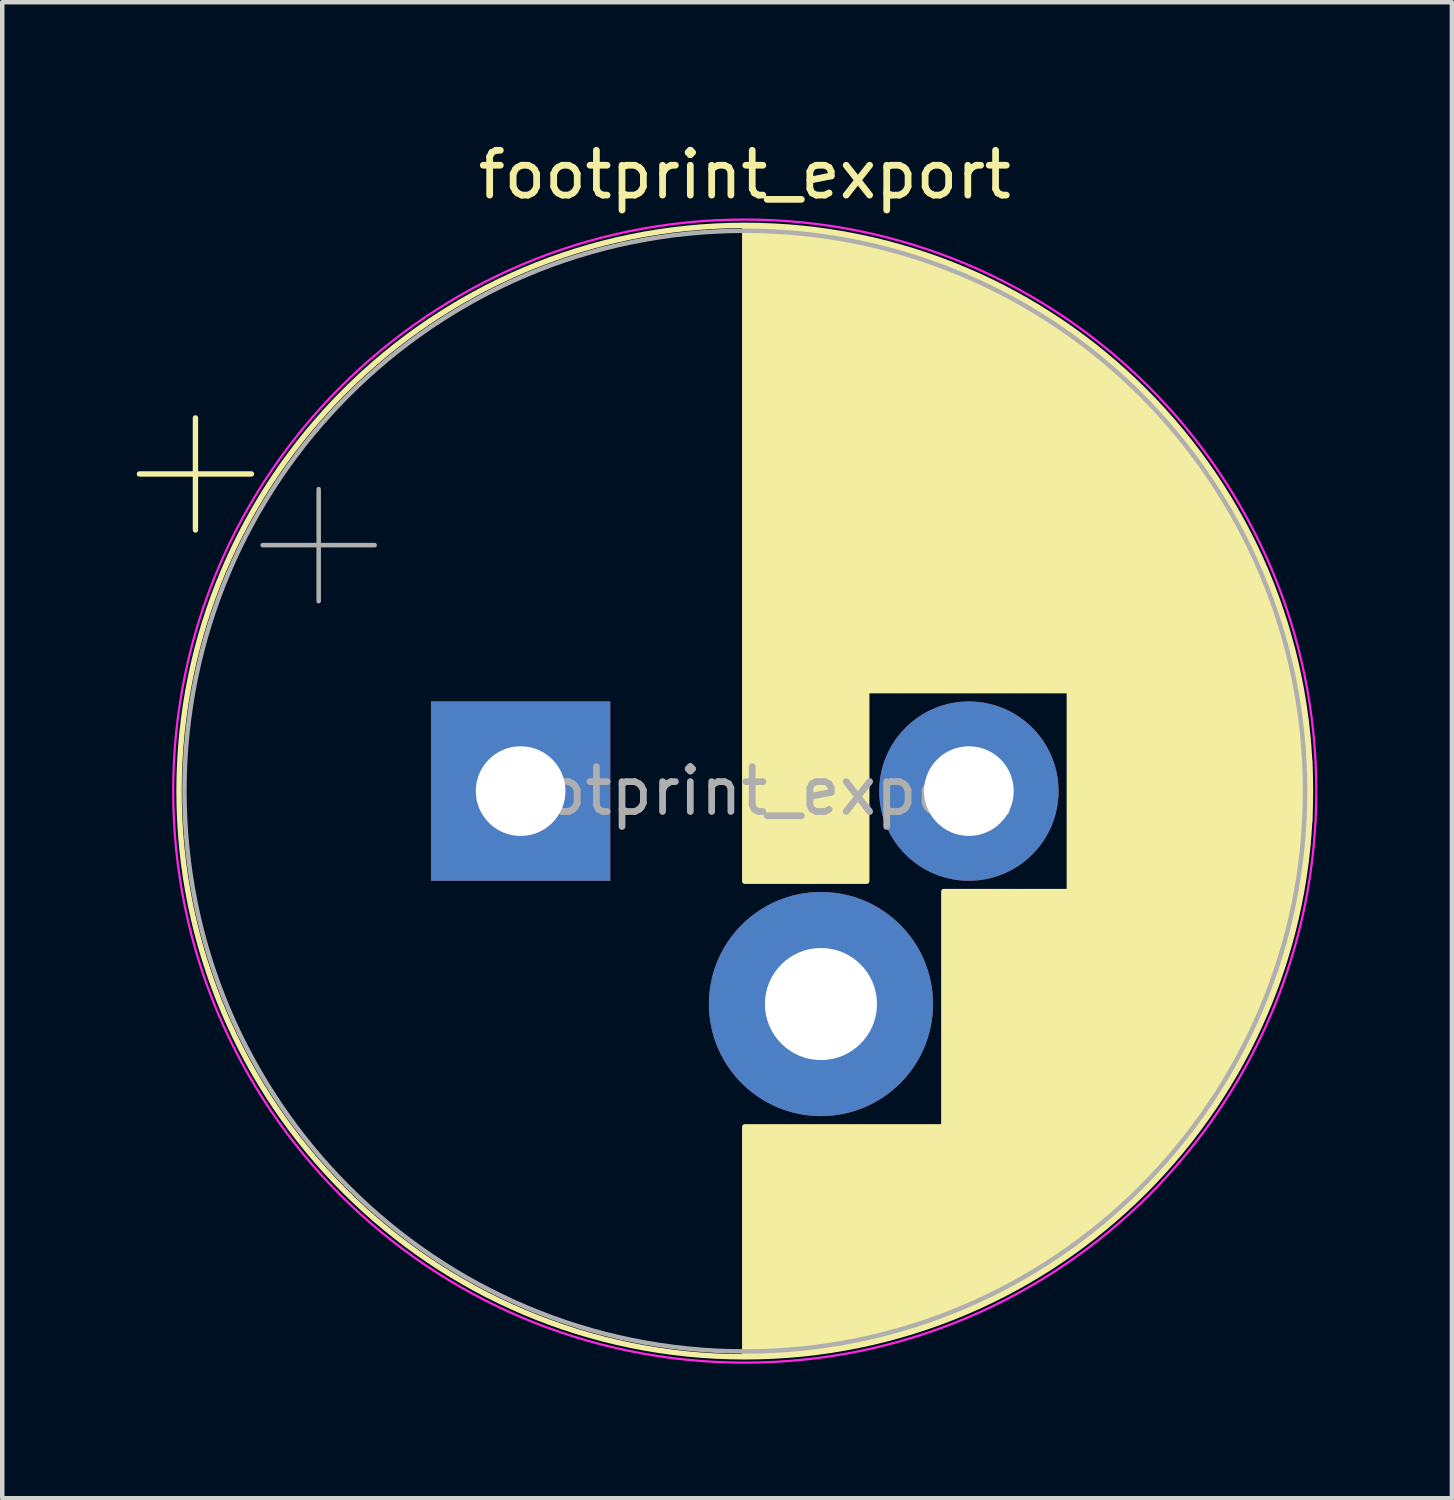
<source format=kicad_pcb>
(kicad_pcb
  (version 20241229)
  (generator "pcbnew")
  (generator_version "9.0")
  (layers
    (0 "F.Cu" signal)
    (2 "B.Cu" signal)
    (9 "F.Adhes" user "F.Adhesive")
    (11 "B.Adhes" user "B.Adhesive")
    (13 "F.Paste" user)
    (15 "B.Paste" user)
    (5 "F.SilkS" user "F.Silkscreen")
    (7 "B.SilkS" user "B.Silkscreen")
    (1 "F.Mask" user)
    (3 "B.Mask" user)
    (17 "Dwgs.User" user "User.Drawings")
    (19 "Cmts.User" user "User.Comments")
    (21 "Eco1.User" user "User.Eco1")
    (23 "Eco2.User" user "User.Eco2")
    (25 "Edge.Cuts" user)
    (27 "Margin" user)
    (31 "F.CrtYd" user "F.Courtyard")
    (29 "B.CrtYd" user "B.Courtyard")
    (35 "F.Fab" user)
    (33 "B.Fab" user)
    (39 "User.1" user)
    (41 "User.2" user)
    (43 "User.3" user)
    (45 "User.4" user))
  (footprint "footprint_export"
    (layer "F.Cu")
    (at 8.564 14.598)
    (property "Reference" "footprint_export" (at 5 -13.75 0) (layer "F.SilkS") (effects (font (size 1 1) (thickness 0.15))))
    (attr through_hole)
    (fp_line (start -8.504 -7.075) (end -6.004 -7.075) (stroke (width 0.12) (type solid)) (layer "F.SilkS"))
    (fp_line (start -7.254 -8.325) (end -7.254 -5.825) (stroke (width 0.12) (type solid)) (layer "F.SilkS"))
    (fp_line (start 5 -12.581) (end 5 2.01) (stroke (width 0.12) (type solid)) (layer "F.SilkS"))
    (fp_line (start 5 7.49) (end 5 12.581) (stroke (width 0.12) (type solid)) (layer "F.SilkS"))
    (fp_line (start 5.04 -12.58) (end 5.04 2.01) (stroke (width 0.12) (type solid)) (layer "F.SilkS"))
    (fp_line (start 5.04 7.49) (end 5.04 12.58) (stroke (width 0.12) (type solid)) (layer "F.SilkS"))
    (fp_line (start 5.08 -12.58) (end 5.08 2.01) (stroke (width 0.12) (type solid)) (layer "F.SilkS"))
    (fp_line (start 5.08 7.49) (end 5.08 12.58) (stroke (width 0.12) (type solid)) (layer "F.SilkS"))
    (fp_line (start 5.12 -12.58) (end 5.12 2.01) (stroke (width 0.12) (type solid)) (layer "F.SilkS"))
    (fp_line (start 5.12 7.49) (end 5.12 12.58) (stroke (width 0.12) (type solid)) (layer "F.SilkS"))
    (fp_line (start 5.16 -12.579) (end 5.16 2.01) (stroke (width 0.12) (type solid)) (layer "F.SilkS"))
    (fp_line (start 5.16 7.49) (end 5.16 12.579) (stroke (width 0.12) (type solid)) (layer "F.SilkS"))
    (fp_line (start 5.2 -12.579) (end 5.2 2.01) (stroke (width 0.12) (type solid)) (layer "F.SilkS"))
    (fp_line (start 5.2 7.49) (end 5.2 12.579) (stroke (width 0.12) (type solid)) (layer "F.SilkS"))
    (fp_line (start 5.24 -12.578) (end 5.24 2.01) (stroke (width 0.12) (type solid)) (layer "F.SilkS"))
    (fp_line (start 5.24 7.49) (end 5.24 12.578) (stroke (width 0.12) (type solid)) (layer "F.SilkS"))
    (fp_line (start 5.28 -12.577) (end 5.28 2.01) (stroke (width 0.12) (type solid)) (layer "F.SilkS"))
    (fp_line (start 5.28 7.49) (end 5.28 12.577) (stroke (width 0.12) (type solid)) (layer "F.SilkS"))
    (fp_line (start 5.32 -12.576) (end 5.32 2.01) (stroke (width 0.12) (type solid)) (layer "F.SilkS"))
    (fp_line (start 5.32 7.49) (end 5.32 12.576) (stroke (width 0.12) (type solid)) (layer "F.SilkS"))
    (fp_line (start 5.36 -12.575) (end 5.36 2.01) (stroke (width 0.12) (type solid)) (layer "F.SilkS"))
    (fp_line (start 5.36 7.49) (end 5.36 12.575) (stroke (width 0.12) (type solid)) (layer "F.SilkS"))
    (fp_line (start 5.4 -12.574) (end 5.4 2.01) (stroke (width 0.12) (type solid)) (layer "F.SilkS"))
    (fp_line (start 5.4 7.49) (end 5.4 12.574) (stroke (width 0.12) (type solid)) (layer "F.SilkS"))
    (fp_line (start 5.44 -12.573) (end 5.44 2.01) (stroke (width 0.12) (type solid)) (layer "F.SilkS"))
    (fp_line (start 5.44 7.49) (end 5.44 12.573) (stroke (width 0.12) (type solid)) (layer "F.SilkS"))
    (fp_line (start 5.48 -12.571) (end 5.48 2.01) (stroke (width 0.12) (type solid)) (layer "F.SilkS"))
    (fp_line (start 5.48 7.49) (end 5.48 12.571) (stroke (width 0.12) (type solid)) (layer "F.SilkS"))
    (fp_line (start 5.52 -12.57) (end 5.52 2.01) (stroke (width 0.12) (type solid)) (layer "F.SilkS"))
    (fp_line (start 5.52 7.49) (end 5.52 12.57) (stroke (width 0.12) (type solid)) (layer "F.SilkS"))
    (fp_line (start 5.56 -12.568) (end 5.56 2.01) (stroke (width 0.12) (type solid)) (layer "F.SilkS"))
    (fp_line (start 5.56 7.49) (end 5.56 12.568) (stroke (width 0.12) (type solid)) (layer "F.SilkS"))
    (fp_line (start 5.6 -12.566) (end 5.6 2.01) (stroke (width 0.12) (type solid)) (layer "F.SilkS"))
    (fp_line (start 5.6 7.49) (end 5.6 12.566) (stroke (width 0.12) (type solid)) (layer "F.SilkS"))
    (fp_line (start 5.64 -12.564) (end 5.64 2.01) (stroke (width 0.12) (type solid)) (layer "F.SilkS"))
    (fp_line (start 5.64 7.49) (end 5.64 12.564) (stroke (width 0.12) (type solid)) (layer "F.SilkS"))
    (fp_line (start 5.68 -12.562) (end 5.68 2.01) (stroke (width 0.12) (type solid)) (layer "F.SilkS"))
    (fp_line (start 5.68 7.49) (end 5.68 12.562) (stroke (width 0.12) (type solid)) (layer "F.SilkS"))
    (fp_line (start 5.721 -12.56) (end 5.721 2.01) (stroke (width 0.12) (type solid)) (layer "F.SilkS"))
    (fp_line (start 5.721 7.49) (end 5.721 12.56) (stroke (width 0.12) (type solid)) (layer "F.SilkS"))
    (fp_line (start 5.761 -12.558) (end 5.761 2.01) (stroke (width 0.12) (type solid)) (layer "F.SilkS"))
    (fp_line (start 5.761 7.49) (end 5.761 12.558) (stroke (width 0.12) (type solid)) (layer "F.SilkS"))
    (fp_line (start 5.801 -12.555) (end 5.801 2.01) (stroke (width 0.12) (type solid)) (layer "F.SilkS"))
    (fp_line (start 5.801 7.49) (end 5.801 12.555) (stroke (width 0.12) (type solid)) (layer "F.SilkS"))
    (fp_line (start 5.841 -12.553) (end 5.841 2.01) (stroke (width 0.12) (type solid)) (layer "F.SilkS"))
    (fp_line (start 5.841 7.49) (end 5.841 12.553) (stroke (width 0.12) (type solid)) (layer "F.SilkS"))
    (fp_line (start 5.881 -12.55) (end 5.881 2.01) (stroke (width 0.12) (type solid)) (layer "F.SilkS"))
    (fp_line (start 5.881 7.49) (end 5.881 12.55) (stroke (width 0.12) (type solid)) (layer "F.SilkS"))
    (fp_line (start 5.921 -12.547) (end 5.921 2.01) (stroke (width 0.12) (type solid)) (layer "F.SilkS"))
    (fp_line (start 5.921 7.49) (end 5.921 12.547) (stroke (width 0.12) (type solid)) (layer "F.SilkS"))
    (fp_line (start 5.961 -12.544) (end 5.961 2.01) (stroke (width 0.12) (type solid)) (layer "F.SilkS"))
    (fp_line (start 5.961 7.49) (end 5.961 12.544) (stroke (width 0.12) (type solid)) (layer "F.SilkS"))
    (fp_line (start 6.001 -12.541) (end 6.001 2.01) (stroke (width 0.12) (type solid)) (layer "F.SilkS"))
    (fp_line (start 6.001 7.49) (end 6.001 12.541) (stroke (width 0.12) (type solid)) (layer "F.SilkS"))
    (fp_line (start 6.041 -12.538) (end 6.041 2.01) (stroke (width 0.12) (type solid)) (layer "F.SilkS"))
    (fp_line (start 6.041 7.49) (end 6.041 12.538) (stroke (width 0.12) (type solid)) (layer "F.SilkS"))
    (fp_line (start 6.081 -12.534) (end 6.081 2.01) (stroke (width 0.12) (type solid)) (layer "F.SilkS"))
    (fp_line (start 6.081 7.49) (end 6.081 12.534) (stroke (width 0.12) (type solid)) (layer "F.SilkS"))
    (fp_line (start 6.121 -12.531) (end 6.121 2.01) (stroke (width 0.12) (type solid)) (layer "F.SilkS"))
    (fp_line (start 6.121 7.49) (end 6.121 12.531) (stroke (width 0.12) (type solid)) (layer "F.SilkS"))
    (fp_line (start 6.161 -12.527) (end 6.161 2.01) (stroke (width 0.12) (type solid)) (layer "F.SilkS"))
    (fp_line (start 6.161 7.49) (end 6.161 12.527) (stroke (width 0.12) (type solid)) (layer "F.SilkS"))
    (fp_line (start 6.201 -12.523) (end 6.201 2.01) (stroke (width 0.12) (type solid)) (layer "F.SilkS"))
    (fp_line (start 6.201 7.49) (end 6.201 12.523) (stroke (width 0.12) (type solid)) (layer "F.SilkS"))
    (fp_line (start 6.241 -12.519) (end 6.241 2.01) (stroke (width 0.12) (type solid)) (layer "F.SilkS"))
    (fp_line (start 6.241 7.49) (end 6.241 12.519) (stroke (width 0.12) (type solid)) (layer "F.SilkS"))
    (fp_line (start 6.281 -12.515) (end 6.281 2.01) (stroke (width 0.12) (type solid)) (layer "F.SilkS"))
    (fp_line (start 6.281 7.49) (end 6.281 12.515) (stroke (width 0.12) (type solid)) (layer "F.SilkS"))
    (fp_line (start 6.321 -12.511) (end 6.321 2.01) (stroke (width 0.12) (type solid)) (layer "F.SilkS"))
    (fp_line (start 6.321 7.49) (end 6.321 12.511) (stroke (width 0.12) (type solid)) (layer "F.SilkS"))
    (fp_line (start 6.361 -12.507) (end 6.361 2.01) (stroke (width 0.12) (type solid)) (layer "F.SilkS"))
    (fp_line (start 6.361 7.49) (end 6.361 12.507) (stroke (width 0.12) (type solid)) (layer "F.SilkS"))
    (fp_line (start 6.401 -12.503) (end 6.401 2.01) (stroke (width 0.12) (type solid)) (layer "F.SilkS"))
    (fp_line (start 6.401 7.49) (end 6.401 12.503) (stroke (width 0.12) (type solid)) (layer "F.SilkS"))
    (fp_line (start 6.441 -12.498) (end 6.441 2.01) (stroke (width 0.12) (type solid)) (layer "F.SilkS"))
    (fp_line (start 6.441 7.49) (end 6.441 12.498) (stroke (width 0.12) (type solid)) (layer "F.SilkS"))
    (fp_line (start 6.481 -12.493) (end 6.481 2.01) (stroke (width 0.12) (type solid)) (layer "F.SilkS"))
    (fp_line (start 6.481 7.49) (end 6.481 12.493) (stroke (width 0.12) (type solid)) (layer "F.SilkS"))
    (fp_line (start 6.521 -12.489) (end 6.521 2.01) (stroke (width 0.12) (type solid)) (layer "F.SilkS"))
    (fp_line (start 6.521 7.49) (end 6.521 12.489) (stroke (width 0.12) (type solid)) (layer "F.SilkS"))
    (fp_line (start 6.561 -12.484) (end 6.561 2.01) (stroke (width 0.12) (type solid)) (layer "F.SilkS"))
    (fp_line (start 6.561 7.49) (end 6.561 12.484) (stroke (width 0.12) (type solid)) (layer "F.SilkS"))
    (fp_line (start 6.601 -12.479) (end 6.601 2.01) (stroke (width 0.12) (type solid)) (layer "F.SilkS"))
    (fp_line (start 6.601 7.49) (end 6.601 12.479) (stroke (width 0.12) (type solid)) (layer "F.SilkS"))
    (fp_line (start 6.641 -12.473) (end 6.641 2.01) (stroke (width 0.12) (type solid)) (layer "F.SilkS"))
    (fp_line (start 6.641 7.49) (end 6.641 12.473) (stroke (width 0.12) (type solid)) (layer "F.SilkS"))
    (fp_line (start 6.681 -12.468) (end 6.681 2.01) (stroke (width 0.12) (type solid)) (layer "F.SilkS"))
    (fp_line (start 6.681 7.49) (end 6.681 12.468) (stroke (width 0.12) (type solid)) (layer "F.SilkS"))
    (fp_line (start 6.721 -12.463) (end 6.721 2.01) (stroke (width 0.12) (type solid)) (layer "F.SilkS"))
    (fp_line (start 6.721 7.49) (end 6.721 12.463) (stroke (width 0.12) (type solid)) (layer "F.SilkS"))
    (fp_line (start 6.761 -12.457) (end 6.761 2.01) (stroke (width 0.12) (type solid)) (layer "F.SilkS"))
    (fp_line (start 6.761 7.49) (end 6.761 12.457) (stroke (width 0.12) (type solid)) (layer "F.SilkS"))
    (fp_line (start 6.801 -12.451) (end 6.801 2.01) (stroke (width 0.12) (type solid)) (layer "F.SilkS"))
    (fp_line (start 6.801 7.49) (end 6.801 12.451) (stroke (width 0.12) (type solid)) (layer "F.SilkS"))
    (fp_line (start 6.841 -12.446) (end 6.841 2.01) (stroke (width 0.12) (type solid)) (layer "F.SilkS"))
    (fp_line (start 6.841 7.49) (end 6.841 12.446) (stroke (width 0.12) (type solid)) (layer "F.SilkS"))
    (fp_line (start 6.881 -12.44) (end 6.881 2.01) (stroke (width 0.12) (type solid)) (layer "F.SilkS"))
    (fp_line (start 6.881 7.49) (end 6.881 12.44) (stroke (width 0.12) (type solid)) (layer "F.SilkS"))
    (fp_line (start 6.921 -12.434) (end 6.921 2.01) (stroke (width 0.12) (type solid)) (layer "F.SilkS"))
    (fp_line (start 6.921 7.49) (end 6.921 12.434) (stroke (width 0.12) (type solid)) (layer "F.SilkS"))
    (fp_line (start 6.961 -12.427) (end 6.961 2.01) (stroke (width 0.12) (type solid)) (layer "F.SilkS"))
    (fp_line (start 6.961 7.49) (end 6.961 12.427) (stroke (width 0.12) (type solid)) (layer "F.SilkS"))
    (fp_line (start 7.001 -12.421) (end 7.001 2.01) (stroke (width 0.12) (type solid)) (layer "F.SilkS"))
    (fp_line (start 7.001 7.49) (end 7.001 12.421) (stroke (width 0.12) (type solid)) (layer "F.SilkS"))
    (fp_line (start 7.041 -12.415) (end 7.041 2.01) (stroke (width 0.12) (type solid)) (layer "F.SilkS"))
    (fp_line (start 7.041 7.49) (end 7.041 12.415) (stroke (width 0.12) (type solid)) (layer "F.SilkS"))
    (fp_line (start 7.081 -12.408) (end 7.081 2.01) (stroke (width 0.12) (type solid)) (layer "F.SilkS"))
    (fp_line (start 7.081 7.49) (end 7.081 12.408) (stroke (width 0.12) (type solid)) (layer "F.SilkS"))
    (fp_line (start 7.121 -12.401) (end 7.121 2.01) (stroke (width 0.12) (type solid)) (layer "F.SilkS"))
    (fp_line (start 7.121 7.49) (end 7.121 12.401) (stroke (width 0.12) (type solid)) (layer "F.SilkS"))
    (fp_line (start 7.161 -12.394) (end 7.161 2.01) (stroke (width 0.12) (type solid)) (layer "F.SilkS"))
    (fp_line (start 7.161 7.49) (end 7.161 12.394) (stroke (width 0.12) (type solid)) (layer "F.SilkS"))
    (fp_line (start 7.201 -12.387) (end 7.201 2.01) (stroke (width 0.12) (type solid)) (layer "F.SilkS"))
    (fp_line (start 7.201 7.49) (end 7.201 12.387) (stroke (width 0.12) (type solid)) (layer "F.SilkS"))
    (fp_line (start 7.241 -12.38) (end 7.241 2.01) (stroke (width 0.12) (type solid)) (layer "F.SilkS"))
    (fp_line (start 7.241 7.49) (end 7.241 12.38) (stroke (width 0.12) (type solid)) (layer "F.SilkS"))
    (fp_line (start 7.281 -12.373) (end 7.281 2.01) (stroke (width 0.12) (type solid)) (layer "F.SilkS"))
    (fp_line (start 7.281 7.49) (end 7.281 12.373) (stroke (width 0.12) (type solid)) (layer "F.SilkS"))
    (fp_line (start 7.321 -12.365) (end 7.321 2.01) (stroke (width 0.12) (type solid)) (layer "F.SilkS"))
    (fp_line (start 7.321 7.49) (end 7.321 12.365) (stroke (width 0.12) (type solid)) (layer "F.SilkS"))
    (fp_line (start 7.361 -12.358) (end 7.361 2.01) (stroke (width 0.12) (type solid)) (layer "F.SilkS"))
    (fp_line (start 7.361 7.49) (end 7.361 12.358) (stroke (width 0.12) (type solid)) (layer "F.SilkS"))
    (fp_line (start 7.401 -12.35) (end 7.401 2.01) (stroke (width 0.12) (type solid)) (layer "F.SilkS"))
    (fp_line (start 7.401 7.49) (end 7.401 12.35) (stroke (width 0.12) (type solid)) (layer "F.SilkS"))
    (fp_line (start 7.441 -12.342) (end 7.441 2.01) (stroke (width 0.12) (type solid)) (layer "F.SilkS"))
    (fp_line (start 7.441 7.49) (end 7.441 12.342) (stroke (width 0.12) (type solid)) (layer "F.SilkS"))
    (fp_line (start 7.481 -12.334) (end 7.481 2.01) (stroke (width 0.12) (type solid)) (layer "F.SilkS"))
    (fp_line (start 7.481 7.49) (end 7.481 12.334) (stroke (width 0.12) (type solid)) (layer "F.SilkS"))
    (fp_line (start 7.521 -12.326) (end 7.521 2.01) (stroke (width 0.12) (type solid)) (layer "F.SilkS"))
    (fp_line (start 7.521 7.49) (end 7.521 12.326) (stroke (width 0.12) (type solid)) (layer "F.SilkS"))
    (fp_line (start 7.561 -12.318) (end 7.561 2.01) (stroke (width 0.12) (type solid)) (layer "F.SilkS"))
    (fp_line (start 7.561 7.49) (end 7.561 12.318) (stroke (width 0.12) (type solid)) (layer "F.SilkS"))
    (fp_line (start 7.601 -12.31) (end 7.601 2.01) (stroke (width 0.12) (type solid)) (layer "F.SilkS"))
    (fp_line (start 7.601 7.49) (end 7.601 12.31) (stroke (width 0.12) (type solid)) (layer "F.SilkS"))
    (fp_line (start 7.641 -12.301) (end 7.641 2.01) (stroke (width 0.12) (type solid)) (layer "F.SilkS"))
    (fp_line (start 7.641 7.49) (end 7.641 12.301) (stroke (width 0.12) (type solid)) (layer "F.SilkS"))
    (fp_line (start 7.681 -12.293) (end 7.681 2.01) (stroke (width 0.12) (type solid)) (layer "F.SilkS"))
    (fp_line (start 7.681 7.49) (end 7.681 12.293) (stroke (width 0.12) (type solid)) (layer "F.SilkS"))
    (fp_line (start 7.721 -12.284) (end 7.721 2.01) (stroke (width 0.12) (type solid)) (layer "F.SilkS"))
    (fp_line (start 7.721 7.49) (end 7.721 12.284) (stroke (width 0.12) (type solid)) (layer "F.SilkS"))
    (fp_line (start 7.761 -12.275) (end 7.761 -2.24) (stroke (width 0.12) (type solid)) (layer "F.SilkS"))
    (fp_line (start 7.761 7.49) (end 7.761 12.275) (stroke (width 0.12) (type solid)) (layer "F.SilkS"))
    (fp_line (start 7.801 -12.266) (end 7.801 -2.24) (stroke (width 0.12) (type solid)) (layer "F.SilkS"))
    (fp_line (start 7.801 7.49) (end 7.801 12.266) (stroke (width 0.12) (type solid)) (layer "F.SilkS"))
    (fp_line (start 7.841 -12.257) (end 7.841 -2.24) (stroke (width 0.12) (type solid)) (layer "F.SilkS"))
    (fp_line (start 7.841 7.49) (end 7.841 12.257) (stroke (width 0.12) (type solid)) (layer "F.SilkS"))
    (fp_line (start 7.881 -12.247) (end 7.881 -2.24) (stroke (width 0.12) (type solid)) (layer "F.SilkS"))
    (fp_line (start 7.881 7.49) (end 7.881 12.247) (stroke (width 0.12) (type solid)) (layer "F.SilkS"))
    (fp_line (start 7.921 -12.238) (end 7.921 -2.24) (stroke (width 0.12) (type solid)) (layer "F.SilkS"))
    (fp_line (start 7.921 7.49) (end 7.921 12.238) (stroke (width 0.12) (type solid)) (layer "F.SilkS"))
    (fp_line (start 7.961 -12.228) (end 7.961 -2.24) (stroke (width 0.12) (type solid)) (layer "F.SilkS"))
    (fp_line (start 7.961 7.49) (end 7.961 12.228) (stroke (width 0.12) (type solid)) (layer "F.SilkS"))
    (fp_line (start 8.001 -12.219) (end 8.001 -2.24) (stroke (width 0.12) (type solid)) (layer "F.SilkS"))
    (fp_line (start 8.001 7.49) (end 8.001 12.219) (stroke (width 0.12) (type solid)) (layer "F.SilkS"))
    (fp_line (start 8.041 -12.209) (end 8.041 -2.24) (stroke (width 0.12) (type solid)) (layer "F.SilkS"))
    (fp_line (start 8.041 7.49) (end 8.041 12.209) (stroke (width 0.12) (type solid)) (layer "F.SilkS"))
    (fp_line (start 8.081 -12.199) (end 8.081 -2.24) (stroke (width 0.12) (type solid)) (layer "F.SilkS"))
    (fp_line (start 8.081 7.49) (end 8.081 12.199) (stroke (width 0.12) (type solid)) (layer "F.SilkS"))
    (fp_line (start 8.121 -12.189) (end 8.121 -2.24) (stroke (width 0.12) (type solid)) (layer "F.SilkS"))
    (fp_line (start 8.121 7.49) (end 8.121 12.189) (stroke (width 0.12) (type solid)) (layer "F.SilkS"))
    (fp_line (start 8.161 -12.178) (end 8.161 -2.24) (stroke (width 0.12) (type solid)) (layer "F.SilkS"))
    (fp_line (start 8.161 7.49) (end 8.161 12.178) (stroke (width 0.12) (type solid)) (layer "F.SilkS"))
    (fp_line (start 8.201 -12.168) (end 8.201 -2.24) (stroke (width 0.12) (type solid)) (layer "F.SilkS"))
    (fp_line (start 8.201 7.49) (end 8.201 12.168) (stroke (width 0.12) (type solid)) (layer "F.SilkS"))
    (fp_line (start 8.241 -12.157) (end 8.241 -2.24) (stroke (width 0.12) (type solid)) (layer "F.SilkS"))
    (fp_line (start 8.241 7.49) (end 8.241 12.157) (stroke (width 0.12) (type solid)) (layer "F.SilkS"))
    (fp_line (start 8.281 -12.147) (end 8.281 -2.24) (stroke (width 0.12) (type solid)) (layer "F.SilkS"))
    (fp_line (start 8.281 7.49) (end 8.281 12.147) (stroke (width 0.12) (type solid)) (layer "F.SilkS"))
    (fp_line (start 8.321 -12.136) (end 8.321 -2.24) (stroke (width 0.12) (type solid)) (layer "F.SilkS"))
    (fp_line (start 8.321 7.49) (end 8.321 12.136) (stroke (width 0.12) (type solid)) (layer "F.SilkS"))
    (fp_line (start 8.361 -12.125) (end 8.361 -2.24) (stroke (width 0.12) (type solid)) (layer "F.SilkS"))
    (fp_line (start 8.361 7.49) (end 8.361 12.125) (stroke (width 0.12) (type solid)) (layer "F.SilkS"))
    (fp_line (start 8.401 -12.114) (end 8.401 -2.24) (stroke (width 0.12) (type solid)) (layer "F.SilkS"))
    (fp_line (start 8.401 7.49) (end 8.401 12.114) (stroke (width 0.12) (type solid)) (layer "F.SilkS"))
    (fp_line (start 8.441 -12.103) (end 8.441 -2.24) (stroke (width 0.12) (type solid)) (layer "F.SilkS"))
    (fp_line (start 8.441 7.49) (end 8.441 12.103) (stroke (width 0.12) (type solid)) (layer "F.SilkS"))
    (fp_line (start 8.481 -12.091) (end 8.481 -2.24) (stroke (width 0.12) (type solid)) (layer "F.SilkS"))
    (fp_line (start 8.481 7.49) (end 8.481 12.091) (stroke (width 0.12) (type solid)) (layer "F.SilkS"))
    (fp_line (start 8.521 -12.08) (end 8.521 -2.24) (stroke (width 0.12) (type solid)) (layer "F.SilkS"))
    (fp_line (start 8.521 7.49) (end 8.521 12.08) (stroke (width 0.12) (type solid)) (layer "F.SilkS"))
    (fp_line (start 8.561 -12.068) (end 8.561 -2.24) (stroke (width 0.12) (type solid)) (layer "F.SilkS"))
    (fp_line (start 8.561 7.49) (end 8.561 12.068) (stroke (width 0.12) (type solid)) (layer "F.SilkS"))
    (fp_line (start 8.601 -12.056) (end 8.601 -2.24) (stroke (width 0.12) (type solid)) (layer "F.SilkS"))
    (fp_line (start 8.601 7.49) (end 8.601 12.056) (stroke (width 0.12) (type solid)) (layer "F.SilkS"))
    (fp_line (start 8.641 -12.044) (end 8.641 -2.24) (stroke (width 0.12) (type solid)) (layer "F.SilkS"))
    (fp_line (start 8.641 7.49) (end 8.641 12.044) (stroke (width 0.12) (type solid)) (layer "F.SilkS"))
    (fp_line (start 8.681 -12.032) (end 8.681 -2.24) (stroke (width 0.12) (type solid)) (layer "F.SilkS"))
    (fp_line (start 8.681 7.49) (end 8.681 12.032) (stroke (width 0.12) (type solid)) (layer "F.SilkS"))
    (fp_line (start 8.721 -12.02) (end 8.721 -2.24) (stroke (width 0.12) (type solid)) (layer "F.SilkS"))
    (fp_line (start 8.721 7.49) (end 8.721 12.02) (stroke (width 0.12) (type solid)) (layer "F.SilkS"))
    (fp_line (start 8.761 -12.007) (end 8.761 -2.24) (stroke (width 0.12) (type solid)) (layer "F.SilkS"))
    (fp_line (start 8.761 7.49) (end 8.761 12.007) (stroke (width 0.12) (type solid)) (layer "F.SilkS"))
    (fp_line (start 8.801 -11.995) (end 8.801 -2.24) (stroke (width 0.12) (type solid)) (layer "F.SilkS"))
    (fp_line (start 8.801 7.49) (end 8.801 11.995) (stroke (width 0.12) (type solid)) (layer "F.SilkS"))
    (fp_line (start 8.841 -11.982) (end 8.841 -2.24) (stroke (width 0.12) (type solid)) (layer "F.SilkS"))
    (fp_line (start 8.841 7.49) (end 8.841 11.982) (stroke (width 0.12) (type solid)) (layer "F.SilkS"))
    (fp_line (start 8.881 -11.969) (end 8.881 -2.24) (stroke (width 0.12) (type solid)) (layer "F.SilkS"))
    (fp_line (start 8.881 7.49) (end 8.881 11.969) (stroke (width 0.12) (type solid)) (layer "F.SilkS"))
    (fp_line (start 8.921 -11.956) (end 8.921 -2.24) (stroke (width 0.12) (type solid)) (layer "F.SilkS"))
    (fp_line (start 8.921 7.49) (end 8.921 11.956) (stroke (width 0.12) (type solid)) (layer "F.SilkS"))
    (fp_line (start 8.961 -11.943) (end 8.961 -2.24) (stroke (width 0.12) (type solid)) (layer "F.SilkS"))
    (fp_line (start 8.961 7.49) (end 8.961 11.943) (stroke (width 0.12) (type solid)) (layer "F.SilkS"))
    (fp_line (start 9.001 -11.93) (end 9.001 -2.24) (stroke (width 0.12) (type solid)) (layer "F.SilkS"))
    (fp_line (start 9.001 7.49) (end 9.001 11.93) (stroke (width 0.12) (type solid)) (layer "F.SilkS"))
    (fp_line (start 9.041 -11.916) (end 9.041 -2.24) (stroke (width 0.12) (type solid)) (layer "F.SilkS"))
    (fp_line (start 9.041 7.49) (end 9.041 11.916) (stroke (width 0.12) (type solid)) (layer "F.SilkS"))
    (fp_line (start 9.081 -11.903) (end 9.081 -2.24) (stroke (width 0.12) (type solid)) (layer "F.SilkS"))
    (fp_line (start 9.081 7.49) (end 9.081 11.903) (stroke (width 0.12) (type solid)) (layer "F.SilkS"))
    (fp_line (start 9.121 -11.889) (end 9.121 -2.24) (stroke (width 0.12) (type solid)) (layer "F.SilkS"))
    (fp_line (start 9.121 7.49) (end 9.121 11.889) (stroke (width 0.12) (type solid)) (layer "F.SilkS"))
    (fp_line (start 9.161 -11.875) (end 9.161 -2.24) (stroke (width 0.12) (type solid)) (layer "F.SilkS"))
    (fp_line (start 9.161 7.49) (end 9.161 11.875) (stroke (width 0.12) (type solid)) (layer "F.SilkS"))
    (fp_line (start 9.201 -11.861) (end 9.201 -2.24) (stroke (width 0.12) (type solid)) (layer "F.SilkS"))
    (fp_line (start 9.201 7.49) (end 9.201 11.861) (stroke (width 0.12) (type solid)) (layer "F.SilkS"))
    (fp_line (start 9.241 -11.847) (end 9.241 -2.24) (stroke (width 0.12) (type solid)) (layer "F.SilkS"))
    (fp_line (start 9.241 7.49) (end 9.241 11.847) (stroke (width 0.12) (type solid)) (layer "F.SilkS"))
    (fp_line (start 9.281 -11.833) (end 9.281 -2.24) (stroke (width 0.12) (type solid)) (layer "F.SilkS"))
    (fp_line (start 9.281 7.49) (end 9.281 11.833) (stroke (width 0.12) (type solid)) (layer "F.SilkS"))
    (fp_line (start 9.321 -11.818) (end 9.321 -2.24) (stroke (width 0.12) (type solid)) (layer "F.SilkS"))
    (fp_line (start 9.321 7.49) (end 9.321 11.818) (stroke (width 0.12) (type solid)) (layer "F.SilkS"))
    (fp_line (start 9.361 -11.803) (end 9.361 -2.24) (stroke (width 0.12) (type solid)) (layer "F.SilkS"))
    (fp_line (start 9.361 7.49) (end 9.361 11.803) (stroke (width 0.12) (type solid)) (layer "F.SilkS"))
    (fp_line (start 9.401 -11.789) (end 9.401 -2.24) (stroke (width 0.12) (type solid)) (layer "F.SilkS"))
    (fp_line (start 9.401 7.49) (end 9.401 11.789) (stroke (width 0.12) (type solid)) (layer "F.SilkS"))
    (fp_line (start 9.441 -11.774) (end 9.441 -2.24) (stroke (width 0.12) (type solid)) (layer "F.SilkS"))
    (fp_line (start 9.441 2.24) (end 9.441 11.774) (stroke (width 0.12) (type solid)) (layer "F.SilkS"))
    (fp_line (start 9.481 -11.759) (end 9.481 -2.24) (stroke (width 0.12) (type solid)) (layer "F.SilkS"))
    (fp_line (start 9.481 2.24) (end 9.481 11.759) (stroke (width 0.12) (type solid)) (layer "F.SilkS"))
    (fp_line (start 9.521 -11.743) (end 9.521 -2.24) (stroke (width 0.12) (type solid)) (layer "F.SilkS"))
    (fp_line (start 9.521 2.24) (end 9.521 11.743) (stroke (width 0.12) (type solid)) (layer "F.SilkS"))
    (fp_line (start 9.561 -11.728) (end 9.561 -2.24) (stroke (width 0.12) (type solid)) (layer "F.SilkS"))
    (fp_line (start 9.561 2.24) (end 9.561 11.728) (stroke (width 0.12) (type solid)) (layer "F.SilkS"))
    (fp_line (start 9.601 -11.712) (end 9.601 -2.24) (stroke (width 0.12) (type solid)) (layer "F.SilkS"))
    (fp_line (start 9.601 2.24) (end 9.601 11.712) (stroke (width 0.12) (type solid)) (layer "F.SilkS"))
    (fp_line (start 9.641 -11.697) (end 9.641 -2.24) (stroke (width 0.12) (type solid)) (layer "F.SilkS"))
    (fp_line (start 9.641 2.24) (end 9.641 11.697) (stroke (width 0.12) (type solid)) (layer "F.SilkS"))
    (fp_line (start 9.681 -11.681) (end 9.681 -2.24) (stroke (width 0.12) (type solid)) (layer "F.SilkS"))
    (fp_line (start 9.681 2.24) (end 9.681 11.681) (stroke (width 0.12) (type solid)) (layer "F.SilkS"))
    (fp_line (start 9.721 -11.665) (end 9.721 -2.24) (stroke (width 0.12) (type solid)) (layer "F.SilkS"))
    (fp_line (start 9.721 2.24) (end 9.721 11.665) (stroke (width 0.12) (type solid)) (layer "F.SilkS"))
    (fp_line (start 9.761 -11.648) (end 9.761 -2.24) (stroke (width 0.12) (type solid)) (layer "F.SilkS"))
    (fp_line (start 9.761 2.24) (end 9.761 11.648) (stroke (width 0.12) (type solid)) (layer "F.SilkS"))
    (fp_line (start 9.801 -11.632) (end 9.801 -2.24) (stroke (width 0.12) (type solid)) (layer "F.SilkS"))
    (fp_line (start 9.801 2.24) (end 9.801 11.632) (stroke (width 0.12) (type solid)) (layer "F.SilkS"))
    (fp_line (start 9.841 -11.615) (end 9.841 -2.24) (stroke (width 0.12) (type solid)) (layer "F.SilkS"))
    (fp_line (start 9.841 2.24) (end 9.841 11.615) (stroke (width 0.12) (type solid)) (layer "F.SilkS"))
    (fp_line (start 9.881 -11.599) (end 9.881 -2.24) (stroke (width 0.12) (type solid)) (layer "F.SilkS"))
    (fp_line (start 9.881 2.24) (end 9.881 11.599) (stroke (width 0.12) (type solid)) (layer "F.SilkS"))
    (fp_line (start 9.921 -11.582) (end 9.921 -2.24) (stroke (width 0.12) (type solid)) (layer "F.SilkS"))
    (fp_line (start 9.921 2.24) (end 9.921 11.582) (stroke (width 0.12) (type solid)) (layer "F.SilkS"))
    (fp_line (start 9.961 -11.565) (end 9.961 -2.24) (stroke (width 0.12) (type solid)) (layer "F.SilkS"))
    (fp_line (start 9.961 2.24) (end 9.961 11.565) (stroke (width 0.12) (type solid)) (layer "F.SilkS"))
    (fp_line (start 10.001 -11.548) (end 10.001 -2.24) (stroke (width 0.12) (type solid)) (layer "F.SilkS"))
    (fp_line (start 10.001 2.24) (end 10.001 11.548) (stroke (width 0.12) (type solid)) (layer "F.SilkS"))
    (fp_line (start 10.041 -11.53) (end 10.041 -2.24) (stroke (width 0.12) (type solid)) (layer "F.SilkS"))
    (fp_line (start 10.041 2.24) (end 10.041 11.53) (stroke (width 0.12) (type solid)) (layer "F.SilkS"))
    (fp_line (start 10.081 -11.513) (end 10.081 -2.24) (stroke (width 0.12) (type solid)) (layer "F.SilkS"))
    (fp_line (start 10.081 2.24) (end 10.081 11.513) (stroke (width 0.12) (type solid)) (layer "F.SilkS"))
    (fp_line (start 10.121 -11.495) (end 10.121 -2.24) (stroke (width 0.12) (type solid)) (layer "F.SilkS"))
    (fp_line (start 10.121 2.24) (end 10.121 11.495) (stroke (width 0.12) (type solid)) (layer "F.SilkS"))
    (fp_line (start 10.161 -11.477) (end 10.161 -2.24) (stroke (width 0.12) (type solid)) (layer "F.SilkS"))
    (fp_line (start 10.161 2.24) (end 10.161 11.477) (stroke (width 0.12) (type solid)) (layer "F.SilkS"))
    (fp_line (start 10.201 -11.459) (end 10.201 -2.24) (stroke (width 0.12) (type solid)) (layer "F.SilkS"))
    (fp_line (start 10.201 2.24) (end 10.201 11.459) (stroke (width 0.12) (type solid)) (layer "F.SilkS"))
    (fp_line (start 10.241 -11.441) (end 10.241 -2.24) (stroke (width 0.12) (type solid)) (layer "F.SilkS"))
    (fp_line (start 10.241 2.24) (end 10.241 11.441) (stroke (width 0.12) (type solid)) (layer "F.SilkS"))
    (fp_line (start 10.281 -11.423) (end 10.281 -2.24) (stroke (width 0.12) (type solid)) (layer "F.SilkS"))
    (fp_line (start 10.281 2.24) (end 10.281 11.423) (stroke (width 0.12) (type solid)) (layer "F.SilkS"))
    (fp_line (start 10.321 -11.404) (end 10.321 -2.24) (stroke (width 0.12) (type solid)) (layer "F.SilkS"))
    (fp_line (start 10.321 2.24) (end 10.321 11.404) (stroke (width 0.12) (type solid)) (layer "F.SilkS"))
    (fp_line (start 10.361 -11.386) (end 10.361 -2.24) (stroke (width 0.12) (type solid)) (layer "F.SilkS"))
    (fp_line (start 10.361 2.24) (end 10.361 11.386) (stroke (width 0.12) (type solid)) (layer "F.SilkS"))
    (fp_line (start 10.401 -11.367) (end 10.401 -2.24) (stroke (width 0.12) (type solid)) (layer "F.SilkS"))
    (fp_line (start 10.401 2.24) (end 10.401 11.367) (stroke (width 0.12) (type solid)) (layer "F.SilkS"))
    (fp_line (start 10.441 -11.348) (end 10.441 -2.24) (stroke (width 0.12) (type solid)) (layer "F.SilkS"))
    (fp_line (start 10.441 2.24) (end 10.441 11.348) (stroke (width 0.12) (type solid)) (layer "F.SilkS"))
    (fp_line (start 10.481 -11.329) (end 10.481 -2.24) (stroke (width 0.12) (type solid)) (layer "F.SilkS"))
    (fp_line (start 10.481 2.24) (end 10.481 11.329) (stroke (width 0.12) (type solid)) (layer "F.SilkS"))
    (fp_line (start 10.521 -11.309) (end 10.521 -2.24) (stroke (width 0.12) (type solid)) (layer "F.SilkS"))
    (fp_line (start 10.521 2.24) (end 10.521 11.309) (stroke (width 0.12) (type solid)) (layer "F.SilkS"))
    (fp_line (start 10.561 -11.29) (end 10.561 -2.24) (stroke (width 0.12) (type solid)) (layer "F.SilkS"))
    (fp_line (start 10.561 2.24) (end 10.561 11.29) (stroke (width 0.12) (type solid)) (layer "F.SilkS"))
    (fp_line (start 10.601 -11.27) (end 10.601 -2.24) (stroke (width 0.12) (type solid)) (layer "F.SilkS"))
    (fp_line (start 10.601 2.24) (end 10.601 11.27) (stroke (width 0.12) (type solid)) (layer "F.SilkS"))
    (fp_line (start 10.641 -11.25) (end 10.641 -2.24) (stroke (width 0.12) (type solid)) (layer "F.SilkS"))
    (fp_line (start 10.641 2.24) (end 10.641 11.25) (stroke (width 0.12) (type solid)) (layer "F.SilkS"))
    (fp_line (start 10.681 -11.23) (end 10.681 -2.24) (stroke (width 0.12) (type solid)) (layer "F.SilkS"))
    (fp_line (start 10.681 2.24) (end 10.681 11.23) (stroke (width 0.12) (type solid)) (layer "F.SilkS"))
    (fp_line (start 10.721 -11.21) (end 10.721 -2.24) (stroke (width 0.12) (type solid)) (layer "F.SilkS"))
    (fp_line (start 10.721 2.24) (end 10.721 11.21) (stroke (width 0.12) (type solid)) (layer "F.SilkS"))
    (fp_line (start 10.761 -11.189) (end 10.761 -2.24) (stroke (width 0.12) (type solid)) (layer "F.SilkS"))
    (fp_line (start 10.761 2.24) (end 10.761 11.189) (stroke (width 0.12) (type solid)) (layer "F.SilkS"))
    (fp_line (start 10.801 -11.169) (end 10.801 -2.24) (stroke (width 0.12) (type solid)) (layer "F.SilkS"))
    (fp_line (start 10.801 2.24) (end 10.801 11.169) (stroke (width 0.12) (type solid)) (layer "F.SilkS"))
    (fp_line (start 10.841 -11.148) (end 10.841 -2.24) (stroke (width 0.12) (type solid)) (layer "F.SilkS"))
    (fp_line (start 10.841 2.24) (end 10.841 11.148) (stroke (width 0.12) (type solid)) (layer "F.SilkS"))
    (fp_line (start 10.881 -11.127) (end 10.881 -2.24) (stroke (width 0.12) (type solid)) (layer "F.SilkS"))
    (fp_line (start 10.881 2.24) (end 10.881 11.127) (stroke (width 0.12) (type solid)) (layer "F.SilkS"))
    (fp_line (start 10.921 -11.106) (end 10.921 -2.24) (stroke (width 0.12) (type solid)) (layer "F.SilkS"))
    (fp_line (start 10.921 2.24) (end 10.921 11.106) (stroke (width 0.12) (type solid)) (layer "F.SilkS"))
    (fp_line (start 10.961 -11.084) (end 10.961 -2.24) (stroke (width 0.12) (type solid)) (layer "F.SilkS"))
    (fp_line (start 10.961 2.24) (end 10.961 11.084) (stroke (width 0.12) (type solid)) (layer "F.SilkS"))
    (fp_line (start 11.001 -11.063) (end 11.001 -2.24) (stroke (width 0.12) (type solid)) (layer "F.SilkS"))
    (fp_line (start 11.001 2.24) (end 11.001 11.063) (stroke (width 0.12) (type solid)) (layer "F.SilkS"))
    (fp_line (start 11.041 -11.041) (end 11.041 -2.24) (stroke (width 0.12) (type solid)) (layer "F.SilkS"))
    (fp_line (start 11.041 2.24) (end 11.041 11.041) (stroke (width 0.12) (type solid)) (layer "F.SilkS"))
    (fp_line (start 11.081 -11.019) (end 11.081 -2.24) (stroke (width 0.12) (type solid)) (layer "F.SilkS"))
    (fp_line (start 11.081 2.24) (end 11.081 11.019) (stroke (width 0.12) (type solid)) (layer "F.SilkS"))
    (fp_line (start 11.121 -10.997) (end 11.121 -2.24) (stroke (width 0.12) (type solid)) (layer "F.SilkS"))
    (fp_line (start 11.121 2.24) (end 11.121 10.997) (stroke (width 0.12) (type solid)) (layer "F.SilkS"))
    (fp_line (start 11.161 -10.975) (end 11.161 -2.24) (stroke (width 0.12) (type solid)) (layer "F.SilkS"))
    (fp_line (start 11.161 2.24) (end 11.161 10.975) (stroke (width 0.12) (type solid)) (layer "F.SilkS"))
    (fp_line (start 11.201 -10.953) (end 11.201 -2.24) (stroke (width 0.12) (type solid)) (layer "F.SilkS"))
    (fp_line (start 11.201 2.24) (end 11.201 10.953) (stroke (width 0.12) (type solid)) (layer "F.SilkS"))
    (fp_line (start 11.241 -10.93) (end 11.241 -2.24) (stroke (width 0.12) (type solid)) (layer "F.SilkS"))
    (fp_line (start 11.241 2.24) (end 11.241 10.93) (stroke (width 0.12) (type solid)) (layer "F.SilkS"))
    (fp_line (start 11.281 -10.907) (end 11.281 -2.24) (stroke (width 0.12) (type solid)) (layer "F.SilkS"))
    (fp_line (start 11.281 2.24) (end 11.281 10.907) (stroke (width 0.12) (type solid)) (layer "F.SilkS"))
    (fp_line (start 11.321 -10.884) (end 11.321 -2.24) (stroke (width 0.12) (type solid)) (layer "F.SilkS"))
    (fp_line (start 11.321 2.24) (end 11.321 10.884) (stroke (width 0.12) (type solid)) (layer "F.SilkS"))
    (fp_line (start 11.361 -10.861) (end 11.361 -2.24) (stroke (width 0.12) (type solid)) (layer "F.SilkS"))
    (fp_line (start 11.361 2.24) (end 11.361 10.861) (stroke (width 0.12) (type solid)) (layer "F.SilkS"))
    (fp_line (start 11.401 -10.837) (end 11.401 -2.24) (stroke (width 0.12) (type solid)) (layer "F.SilkS"))
    (fp_line (start 11.401 2.24) (end 11.401 10.837) (stroke (width 0.12) (type solid)) (layer "F.SilkS"))
    (fp_line (start 11.441 -10.814) (end 11.441 -2.24) (stroke (width 0.12) (type solid)) (layer "F.SilkS"))
    (fp_line (start 11.441 2.24) (end 11.441 10.814) (stroke (width 0.12) (type solid)) (layer "F.SilkS"))
    (fp_line (start 11.481 -10.79) (end 11.481 -2.24) (stroke (width 0.12) (type solid)) (layer "F.SilkS"))
    (fp_line (start 11.481 2.24) (end 11.481 10.79) (stroke (width 0.12) (type solid)) (layer "F.SilkS"))
    (fp_line (start 11.521 -10.766) (end 11.521 -2.24) (stroke (width 0.12) (type solid)) (layer "F.SilkS"))
    (fp_line (start 11.521 2.24) (end 11.521 10.766) (stroke (width 0.12) (type solid)) (layer "F.SilkS"))
    (fp_line (start 11.561 -10.742) (end 11.561 -2.24) (stroke (width 0.12) (type solid)) (layer "F.SilkS"))
    (fp_line (start 11.561 2.24) (end 11.561 10.742) (stroke (width 0.12) (type solid)) (layer "F.SilkS"))
    (fp_line (start 11.601 -10.717) (end 11.601 -2.24) (stroke (width 0.12) (type solid)) (layer "F.SilkS"))
    (fp_line (start 11.601 2.24) (end 11.601 10.717) (stroke (width 0.12) (type solid)) (layer "F.SilkS"))
    (fp_line (start 11.641 -10.692) (end 11.641 -2.24) (stroke (width 0.12) (type solid)) (layer "F.SilkS"))
    (fp_line (start 11.641 2.24) (end 11.641 10.692) (stroke (width 0.12) (type solid)) (layer "F.SilkS"))
    (fp_line (start 11.681 -10.668) (end 11.681 -2.24) (stroke (width 0.12) (type solid)) (layer "F.SilkS"))
    (fp_line (start 11.681 2.24) (end 11.681 10.668) (stroke (width 0.12) (type solid)) (layer "F.SilkS"))
    (fp_line (start 11.721 -10.643) (end 11.721 -2.24) (stroke (width 0.12) (type solid)) (layer "F.SilkS"))
    (fp_line (start 11.721 2.24) (end 11.721 10.643) (stroke (width 0.12) (type solid)) (layer "F.SilkS"))
    (fp_line (start 11.761 -10.617) (end 11.761 -2.24) (stroke (width 0.12) (type solid)) (layer "F.SilkS"))
    (fp_line (start 11.761 2.24) (end 11.761 10.617) (stroke (width 0.12) (type solid)) (layer "F.SilkS"))
    (fp_line (start 11.801 -10.592) (end 11.801 -2.24) (stroke (width 0.12) (type solid)) (layer "F.SilkS"))
    (fp_line (start 11.801 2.24) (end 11.801 10.592) (stroke (width 0.12) (type solid)) (layer "F.SilkS"))
    (fp_line (start 11.841 -10.566) (end 11.841 -2.24) (stroke (width 0.12) (type solid)) (layer "F.SilkS"))
    (fp_line (start 11.841 2.24) (end 11.841 10.566) (stroke (width 0.12) (type solid)) (layer "F.SilkS"))
    (fp_line (start 11.881 -10.54) (end 11.881 -2.24) (stroke (width 0.12) (type solid)) (layer "F.SilkS"))
    (fp_line (start 11.881 2.24) (end 11.881 10.54) (stroke (width 0.12) (type solid)) (layer "F.SilkS"))
    (fp_line (start 11.921 -10.514) (end 11.921 -2.24) (stroke (width 0.12) (type solid)) (layer "F.SilkS"))
    (fp_line (start 11.921 2.24) (end 11.921 10.514) (stroke (width 0.12) (type solid)) (layer "F.SilkS"))
    (fp_line (start 11.961 -10.488) (end 11.961 -2.24) (stroke (width 0.12) (type solid)) (layer "F.SilkS"))
    (fp_line (start 11.961 2.24) (end 11.961 10.488) (stroke (width 0.12) (type solid)) (layer "F.SilkS"))
    (fp_line (start 12.001 -10.461) (end 12.001 -2.24) (stroke (width 0.12) (type solid)) (layer "F.SilkS"))
    (fp_line (start 12.001 2.24) (end 12.001 10.461) (stroke (width 0.12) (type solid)) (layer "F.SilkS"))
    (fp_line (start 12.041 -10.434) (end 12.041 -2.24) (stroke (width 0.12) (type solid)) (layer "F.SilkS"))
    (fp_line (start 12.041 2.24) (end 12.041 10.434) (stroke (width 0.12) (type solid)) (layer "F.SilkS"))
    (fp_line (start 12.081 -10.407) (end 12.081 -2.24) (stroke (width 0.12) (type solid)) (layer "F.SilkS"))
    (fp_line (start 12.081 2.24) (end 12.081 10.407) (stroke (width 0.12) (type solid)) (layer "F.SilkS"))
    (fp_line (start 12.121 -10.38) (end 12.121 -2.24) (stroke (width 0.12) (type solid)) (layer "F.SilkS"))
    (fp_line (start 12.121 2.24) (end 12.121 10.38) (stroke (width 0.12) (type solid)) (layer "F.SilkS"))
    (fp_line (start 12.161 -10.353) (end 12.161 -2.24) (stroke (width 0.12) (type solid)) (layer "F.SilkS"))
    (fp_line (start 12.161 2.24) (end 12.161 10.353) (stroke (width 0.12) (type solid)) (layer "F.SilkS"))
    (fp_line (start 12.201 -10.325) (end 12.201 -2.24) (stroke (width 0.12) (type solid)) (layer "F.SilkS"))
    (fp_line (start 12.201 2.24) (end 12.201 10.325) (stroke (width 0.12) (type solid)) (layer "F.SilkS"))
    (fp_line (start 12.241 -10.297) (end 12.241 10.297) (stroke (width 0.12) (type solid)) (layer "F.SilkS"))
    (fp_line (start 12.281 -10.269) (end 12.281 10.269) (stroke (width 0.12) (type solid)) (layer "F.SilkS"))
    (fp_line (start 12.321 -10.241) (end 12.321 10.241) (stroke (width 0.12) (type solid)) (layer "F.SilkS"))
    (fp_line (start 12.361 -10.212) (end 12.361 10.212) (stroke (width 0.12) (type solid)) (layer "F.SilkS"))
    (fp_line (start 12.401 -10.183) (end 12.401 10.183) (stroke (width 0.12) (type solid)) (layer "F.SilkS"))
    (fp_line (start 12.441 -10.154) (end 12.441 10.154) (stroke (width 0.12) (type solid)) (layer "F.SilkS"))
    (fp_line (start 12.481 -10.125) (end 12.481 10.125) (stroke (width 0.12) (type solid)) (layer "F.SilkS"))
    (fp_line (start 12.521 -10.095) (end 12.521 10.095) (stroke (width 0.12) (type solid)) (layer "F.SilkS"))
    (fp_line (start 12.561 -10.065) (end 12.561 10.065) (stroke (width 0.12) (type solid)) (layer "F.SilkS"))
    (fp_line (start 12.601 -10.035) (end 12.601 10.035) (stroke (width 0.12) (type solid)) (layer "F.SilkS"))
    (fp_line (start 12.641 -10.005) (end 12.641 10.005) (stroke (width 0.12) (type solid)) (layer "F.SilkS"))
    (fp_line (start 12.681 -9.975) (end 12.681 9.975) (stroke (width 0.12) (type solid)) (layer "F.SilkS"))
    (fp_line (start 12.721 -9.944) (end 12.721 9.944) (stroke (width 0.12) (type solid)) (layer "F.SilkS"))
    (fp_line (start 12.761 -9.913) (end 12.761 9.913) (stroke (width 0.12) (type solid)) (layer "F.SilkS"))
    (fp_line (start 12.801 -9.881) (end 12.801 9.881) (stroke (width 0.12) (type solid)) (layer "F.SilkS"))
    (fp_line (start 12.841 -9.85) (end 12.841 9.85) (stroke (width 0.12) (type solid)) (layer "F.SilkS"))
    (fp_line (start 12.881 -9.818) (end 12.881 9.818) (stroke (width 0.12) (type solid)) (layer "F.SilkS"))
    (fp_line (start 12.921 -9.786) (end 12.921 9.786) (stroke (width 0.12) (type solid)) (layer "F.SilkS"))
    (fp_line (start 12.961 -9.753) (end 12.961 9.753) (stroke (width 0.12) (type solid)) (layer "F.SilkS"))
    (fp_line (start 13.001 -9.721) (end 13.001 9.721) (stroke (width 0.12) (type solid)) (layer "F.SilkS"))
    (fp_line (start 13.041 -9.688) (end 13.041 9.688) (stroke (width 0.12) (type solid)) (layer "F.SilkS"))
    (fp_line (start 13.081 -9.655) (end 13.081 9.655) (stroke (width 0.12) (type solid)) (layer "F.SilkS"))
    (fp_line (start 13.121 -9.621) (end 13.121 9.621) (stroke (width 0.12) (type solid)) (layer "F.SilkS"))
    (fp_line (start 13.161 -9.587) (end 13.161 9.587) (stroke (width 0.12) (type solid)) (layer "F.SilkS"))
    (fp_line (start 13.2 -9.553) (end 13.2 9.553) (stroke (width 0.12) (type solid)) (layer "F.SilkS"))
    (fp_line (start 13.24 -9.519) (end 13.24 9.519) (stroke (width 0.12) (type solid)) (layer "F.SilkS"))
    (fp_line (start 13.28 -9.484) (end 13.28 9.484) (stroke (width 0.12) (type solid)) (layer "F.SilkS"))
    (fp_line (start 13.32 -9.45) (end 13.32 9.45) (stroke (width 0.12) (type solid)) (layer "F.SilkS"))
    (fp_line (start 13.36 -9.414) (end 13.36 9.414) (stroke (width 0.12) (type solid)) (layer "F.SilkS"))
    (fp_line (start 13.4 -9.379) (end 13.4 9.379) (stroke (width 0.12) (type solid)) (layer "F.SilkS"))
    (fp_line (start 13.44 -9.343) (end 13.44 9.343) (stroke (width 0.12) (type solid)) (layer "F.SilkS"))
    (fp_line (start 13.48 -9.307) (end 13.48 9.307) (stroke (width 0.12) (type solid)) (layer "F.SilkS"))
    (fp_line (start 13.52 -9.27) (end 13.52 9.27) (stroke (width 0.12) (type solid)) (layer "F.SilkS"))
    (fp_line (start 13.56 -9.234) (end 13.56 9.234) (stroke (width 0.12) (type solid)) (layer "F.SilkS"))
    (fp_line (start 13.6 -9.197) (end 13.6 9.197) (stroke (width 0.12) (type solid)) (layer "F.SilkS"))
    (fp_line (start 13.64 -9.159) (end 13.64 9.159) (stroke (width 0.12) (type solid)) (layer "F.SilkS"))
    (fp_line (start 13.68 -9.121) (end 13.68 9.121) (stroke (width 0.12) (type solid)) (layer "F.SilkS"))
    (fp_line (start 13.72 -9.083) (end 13.72 9.083) (stroke (width 0.12) (type solid)) (layer "F.SilkS"))
    (fp_line (start 13.76 -9.045) (end 13.76 9.045) (stroke (width 0.12) (type solid)) (layer "F.SilkS"))
    (fp_line (start 13.8 -9.006) (end 13.8 9.006) (stroke (width 0.12) (type solid)) (layer "F.SilkS"))
    (fp_line (start 13.84 -8.967) (end 13.84 8.967) (stroke (width 0.12) (type solid)) (layer "F.SilkS"))
    (fp_line (start 13.88 -8.928) (end 13.88 8.928) (stroke (width 0.12) (type solid)) (layer "F.SilkS"))
    (fp_line (start 13.92 -8.888) (end 13.92 8.888) (stroke (width 0.12) (type solid)) (layer "F.SilkS"))
    (fp_line (start 13.96 -8.848) (end 13.96 8.848) (stroke (width 0.12) (type solid)) (layer "F.SilkS"))
    (fp_line (start 14 -8.807) (end 14 8.807) (stroke (width 0.12) (type solid)) (layer "F.SilkS"))
    (fp_line (start 14.04 -8.766) (end 14.04 8.766) (stroke (width 0.12) (type solid)) (layer "F.SilkS"))
    (fp_line (start 14.08 -8.725) (end 14.08 8.725) (stroke (width 0.12) (type solid)) (layer "F.SilkS"))
    (fp_line (start 14.12 -8.683) (end 14.12 8.683) (stroke (width 0.12) (type solid)) (layer "F.SilkS"))
    (fp_line (start 14.16 -8.641) (end 14.16 8.641) (stroke (width 0.12) (type solid)) (layer "F.SilkS"))
    (fp_line (start 14.2 -8.599) (end 14.2 8.599) (stroke (width 0.12) (type solid)) (layer "F.SilkS"))
    (fp_line (start 14.24 -8.556) (end 14.24 8.556) (stroke (width 0.12) (type solid)) (layer "F.SilkS"))
    (fp_line (start 14.28 -8.513) (end 14.28 8.513) (stroke (width 0.12) (type solid)) (layer "F.SilkS"))
    (fp_line (start 14.32 -8.469) (end 14.32 8.469) (stroke (width 0.12) (type solid)) (layer "F.SilkS"))
    (fp_line (start 14.36 -8.425) (end 14.36 8.425) (stroke (width 0.12) (type solid)) (layer "F.SilkS"))
    (fp_line (start 14.4 -8.381) (end 14.4 8.381) (stroke (width 0.12) (type solid)) (layer "F.SilkS"))
    (fp_line (start 14.44 -8.336) (end 14.44 8.336) (stroke (width 0.12) (type solid)) (layer "F.SilkS"))
    (fp_line (start 14.48 -8.291) (end 14.48 8.291) (stroke (width 0.12) (type solid)) (layer "F.SilkS"))
    (fp_line (start 14.52 -8.245) (end 14.52 8.245) (stroke (width 0.12) (type solid)) (layer "F.SilkS"))
    (fp_line (start 14.56 -8.199) (end 14.56 8.199) (stroke (width 0.12) (type solid)) (layer "F.SilkS"))
    (fp_line (start 14.6 -8.152) (end 14.6 8.152) (stroke (width 0.12) (type solid)) (layer "F.SilkS"))
    (fp_line (start 14.64 -8.105) (end 14.64 8.105) (stroke (width 0.12) (type solid)) (layer "F.SilkS"))
    (fp_line (start 14.68 -8.058) (end 14.68 8.058) (stroke (width 0.12) (type solid)) (layer "F.SilkS"))
    (fp_line (start 14.72 -8.009) (end 14.72 8.009) (stroke (width 0.12) (type solid)) (layer "F.SilkS"))
    (fp_line (start 14.76 -7.961) (end 14.76 7.961) (stroke (width 0.12) (type solid)) (layer "F.SilkS"))
    (fp_line (start 14.8 -7.912) (end 14.8 7.912) (stroke (width 0.12) (type solid)) (layer "F.SilkS"))
    (fp_line (start 14.84 -7.862) (end 14.84 7.862) (stroke (width 0.12) (type solid)) (layer "F.SilkS"))
    (fp_line (start 14.88 -7.812) (end 14.88 7.812) (stroke (width 0.12) (type solid)) (layer "F.SilkS"))
    (fp_line (start 14.92 -7.762) (end 14.92 7.762) (stroke (width 0.12) (type solid)) (layer "F.SilkS"))
    (fp_line (start 14.96 -7.711) (end 14.96 7.711) (stroke (width 0.12) (type solid)) (layer "F.SilkS"))
    (fp_line (start 15 -7.659) (end 15 7.659) (stroke (width 0.12) (type solid)) (layer "F.SilkS"))
    (fp_line (start 15.04 -7.607) (end 15.04 7.607) (stroke (width 0.12) (type solid)) (layer "F.SilkS"))
    (fp_line (start 15.08 -7.554) (end 15.08 7.554) (stroke (width 0.12) (type solid)) (layer "F.SilkS"))
    (fp_line (start 15.12 -7.5) (end 15.12 7.5) (stroke (width 0.12) (type solid)) (layer "F.SilkS"))
    (fp_line (start 15.16 -7.446) (end 15.16 7.446) (stroke (width 0.12) (type solid)) (layer "F.SilkS"))
    (fp_line (start 15.2 -7.392) (end 15.2 7.392) (stroke (width 0.12) (type solid)) (layer "F.SilkS"))
    (fp_line (start 15.24 -7.337) (end 15.24 7.337) (stroke (width 0.12) (type solid)) (layer "F.SilkS"))
    (fp_line (start 15.28 -7.281) (end 15.28 7.281) (stroke (width 0.12) (type solid)) (layer "F.SilkS"))
    (fp_line (start 15.32 -7.224) (end 15.32 7.224) (stroke (width 0.12) (type solid)) (layer "F.SilkS"))
    (fp_line (start 15.36 -7.167) (end 15.36 7.167) (stroke (width 0.12) (type solid)) (layer "F.SilkS"))
    (fp_line (start 15.4 -7.109) (end 15.4 7.109) (stroke (width 0.12) (type solid)) (layer "F.SilkS"))
    (fp_line (start 15.44 -7.051) (end 15.44 7.051) (stroke (width 0.12) (type solid)) (layer "F.SilkS"))
    (fp_line (start 15.48 -6.991) (end 15.48 6.991) (stroke (width 0.12) (type solid)) (layer "F.SilkS"))
    (fp_line (start 15.52 -6.931) (end 15.52 6.931) (stroke (width 0.12) (type solid)) (layer "F.SilkS"))
    (fp_line (start 15.56 -6.871) (end 15.56 6.871) (stroke (width 0.12) (type solid)) (layer "F.SilkS"))
    (fp_line (start 15.6 -6.809) (end 15.6 6.809) (stroke (width 0.12) (type solid)) (layer "F.SilkS"))
    (fp_line (start 15.64 -6.747) (end 15.64 6.747) (stroke (width 0.12) (type solid)) (layer "F.SilkS"))
    (fp_line (start 15.68 -6.684) (end 15.68 6.684) (stroke (width 0.12) (type solid)) (layer "F.SilkS"))
    (fp_line (start 15.72 -6.62) (end 15.72 6.62) (stroke (width 0.12) (type solid)) (layer "F.SilkS"))
    (fp_line (start 15.76 -6.555) (end 15.76 6.555) (stroke (width 0.12) (type solid)) (layer "F.SilkS"))
    (fp_line (start 15.8 -6.489) (end 15.8 6.489) (stroke (width 0.12) (type solid)) (layer "F.SilkS"))
    (fp_line (start 15.84 -6.423) (end 15.84 6.423) (stroke (width 0.12) (type solid)) (layer "F.SilkS"))
    (fp_line (start 15.88 -6.355) (end 15.88 6.355) (stroke (width 0.12) (type solid)) (layer "F.SilkS"))
    (fp_line (start 15.92 -6.286) (end 15.92 6.286) (stroke (width 0.12) (type solid)) (layer "F.SilkS"))
    (fp_line (start 15.96 -6.217) (end 15.96 6.217) (stroke (width 0.12) (type solid)) (layer "F.SilkS"))
    (fp_line (start 16 -6.146) (end 16 6.146) (stroke (width 0.12) (type solid)) (layer "F.SilkS"))
    (fp_line (start 16.04 -6.075) (end 16.04 6.075) (stroke (width 0.12) (type solid)) (layer "F.SilkS"))
    (fp_line (start 16.08 -6.002) (end 16.08 6.002) (stroke (width 0.12) (type solid)) (layer "F.SilkS"))
    (fp_line (start 16.12 -5.928) (end 16.12 5.928) (stroke (width 0.12) (type solid)) (layer "F.SilkS"))
    (fp_line (start 16.16 -5.853) (end 16.16 5.853) (stroke (width 0.12) (type solid)) (layer "F.SilkS"))
    (fp_line (start 16.2 -5.776) (end 16.2 5.776) (stroke (width 0.12) (type solid)) (layer "F.SilkS"))
    (fp_line (start 16.24 -5.699) (end 16.24 5.699) (stroke (width 0.12) (type solid)) (layer "F.SilkS"))
    (fp_line (start 16.28 -5.62) (end 16.28 5.62) (stroke (width 0.12) (type solid)) (layer "F.SilkS"))
    (fp_line (start 16.32 -5.539) (end 16.32 5.539) (stroke (width 0.12) (type solid)) (layer "F.SilkS"))
    (fp_line (start 16.36 -5.457) (end 16.36 5.457) (stroke (width 0.12) (type solid)) (layer "F.SilkS"))
    (fp_line (start 16.4 -5.374) (end 16.4 5.374) (stroke (width 0.12) (type solid)) (layer "F.SilkS"))
    (fp_line (start 16.44 -5.289) (end 16.44 5.289) (stroke (width 0.12) (type solid)) (layer "F.SilkS"))
    (fp_line (start 16.48 -5.202) (end 16.48 5.202) (stroke (width 0.12) (type solid)) (layer "F.SilkS"))
    (fp_line (start 16.52 -5.114) (end 16.52 5.114) (stroke (width 0.12) (type solid)) (layer "F.SilkS"))
    (fp_line (start 16.56 -5.023) (end 16.56 5.023) (stroke (width 0.12) (type solid)) (layer "F.SilkS"))
    (fp_line (start 16.6 -4.931) (end 16.6 4.931) (stroke (width 0.12) (type solid)) (layer "F.SilkS"))
    (fp_line (start 16.64 -4.836) (end 16.64 4.836) (stroke (width 0.12) (type solid)) (layer "F.SilkS"))
    (fp_line (start 16.68 -4.74) (end 16.68 4.74) (stroke (width 0.12) (type solid)) (layer "F.SilkS"))
    (fp_line (start 16.72 -4.641) (end 16.72 4.641) (stroke (width 0.12) (type solid)) (layer "F.SilkS"))
    (fp_line (start 16.76 -4.539) (end 16.76 4.539) (stroke (width 0.12) (type solid)) (layer "F.SilkS"))
    (fp_line (start 16.8 -4.435) (end 16.8 4.435) (stroke (width 0.12) (type solid)) (layer "F.SilkS"))
    (fp_line (start 16.84 -4.328) (end 16.84 4.328) (stroke (width 0.12) (type solid)) (layer "F.SilkS"))
    (fp_line (start 16.88 -4.218) (end 16.88 4.218) (stroke (width 0.12) (type solid)) (layer "F.SilkS"))
    (fp_line (start 16.92 -4.105) (end 16.92 4.105) (stroke (width 0.12) (type solid)) (layer "F.SilkS"))
    (fp_line (start 16.96 -3.988) (end 16.96 3.988) (stroke (width 0.12) (type solid)) (layer "F.SilkS"))
    (fp_line (start 17 -3.867) (end 17 3.867) (stroke (width 0.12) (type solid)) (layer "F.SilkS"))
    (fp_line (start 17.04 -3.742) (end 17.04 3.742) (stroke (width 0.12) (type solid)) (layer "F.SilkS"))
    (fp_line (start 17.08 -3.613) (end 17.08 3.613) (stroke (width 0.12) (type solid)) (layer "F.SilkS"))
    (fp_line (start 17.12 -3.478) (end 17.12 3.478) (stroke (width 0.12) (type solid)) (layer "F.SilkS"))
    (fp_line (start 17.16 -3.337) (end 17.16 3.337) (stroke (width 0.12) (type solid)) (layer "F.SilkS"))
    (fp_line (start 17.2 -3.189) (end 17.2 3.189) (stroke (width 0.12) (type solid)) (layer "F.SilkS"))
    (fp_line (start 17.24 -3.034) (end 17.24 3.034) (stroke (width 0.12) (type solid)) (layer "F.SilkS"))
    (fp_line (start 17.28 -2.87) (end 17.28 2.87) (stroke (width 0.12) (type solid)) (layer "F.SilkS"))
    (fp_line (start 17.32 -2.696) (end 17.32 2.696) (stroke (width 0.12) (type solid)) (layer "F.SilkS"))
    (fp_line (start 17.36 -2.509) (end 17.36 2.509) (stroke (width 0.12) (type solid)) (layer "F.SilkS"))
    (fp_line (start 17.4 -2.307) (end 17.4 2.307) (stroke (width 0.12) (type solid)) (layer "F.SilkS"))
    (fp_line (start 17.44 -2.084) (end 17.44 2.084) (stroke (width 0.12) (type solid)) (layer "F.SilkS"))
    (fp_line (start 17.48 -1.835) (end 17.48 1.835) (stroke (width 0.12) (type solid)) (layer "F.SilkS"))
    (fp_line (start 17.52 -1.546) (end 17.52 1.546) (stroke (width 0.12) (type solid)) (layer "F.SilkS"))
    (fp_line (start 17.56 -1.19) (end 17.56 1.19) (stroke (width 0.12) (type solid)) (layer "F.SilkS"))
    (fp_line (start 17.6 -0.671) (end 17.6 0.671) (stroke (width 0.12) (type solid)) (layer "F.SilkS"))
    (fp_circle (center 5 0) (end 17.62 0) (stroke (width 0.12) (type solid)) (fill no) (layer "F.SilkS"))
    (fp_circle (center 5 0) (end 17.75 0) (stroke (width 0.05) (type solid)) (fill no) (layer "F.CrtYd"))
    (fp_line (start -5.755 -5.487) (end -3.255 -5.487) (stroke (width 0.1) (type solid)) (layer "F.Fab"))
    (fp_line (start -4.505 -6.737) (end -4.505 -4.237) (stroke (width 0.1) (type solid)) (layer "F.Fab"))
    (fp_circle (center 5 0) (end 17.5 0) (stroke (width 0.1) (type solid)) (fill no) (layer "F.Fab"))
    (fp_text user "${REFERENCE}" (at 5 0 0) (layer "F.Fab") (effects (font (size 1 1) (thickness 0.15))))
    (pad "1" thru_hole rect (at 0 0) (size 4 4) (drill 2) (layers "*.Cu" "*.Mask"))
    (pad "2" thru_hole circle (at 6.7 4.75) (size 5 5) (drill 2.5) (layers "*.Cu" "*.Mask"))
    (pad "2" thru_hole circle (at 10 0) (size 4 4) (drill 2) (layers "*.Cu" "*.Mask")))
  (gr_rect
    (start -3 -3)
    (end 29.339 30.373)
    (stroke (width 0.1) (type default))
    (fill no)
    (layer "Edge.Cuts")))
</source>
